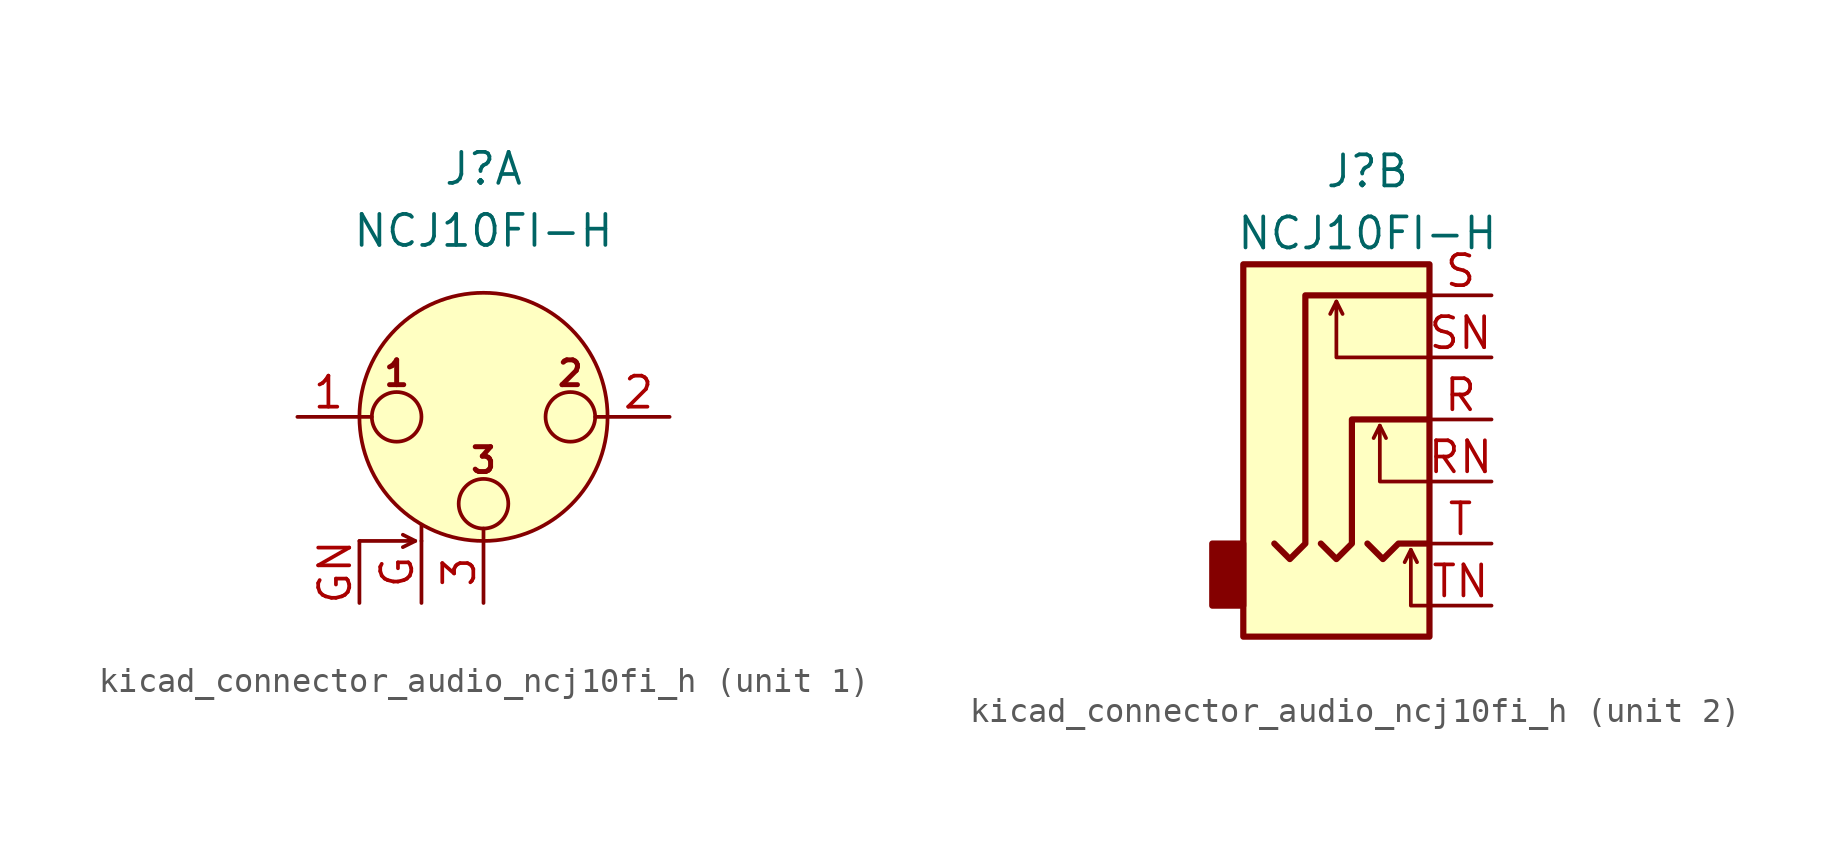
<source format=kicad_sym>
(kicad_symbol_lib
  (version 20220914)
  (generator kicad_symbol_editor)
  (symbol "kicad_connector_audio_ncj10fi_h"
    (pin_names hide)
    (property "Reference" "J"
      (at 0 10.16 0)
      (effects (font (size 1.27 1.27))))
    (property "Value" "NCJ10FI-H"
      (at 0 7.62 0)
      (effects (font (size 1.27 1.27))))
    (symbol "kicad_connector_audio_ncj10fi_h_1_1"
      (circle (center -3.556 0) (radius 1.016) (stroke (width 0) (type default)) (fill (type none)))
      (circle (center 0 -3.556) (radius 1.016) (stroke (width 0) (type default)) (fill (type none)))
      (polyline (pts (xy -5.08 0) (xy -4.572 0)) (stroke (width 0) (type default)) (fill (type none)))
      (polyline (pts (xy -2.794 -5.08) (xy -3.302 -5.334)) (stroke (width 0) (type default)) (fill (type none)))
      (polyline (pts (xy -2.54 -5.08) (xy -2.54 -4.445)) (stroke (width 0) (type default)) (fill (type none)))
      (polyline (pts (xy 0 -5.08) (xy 0 -4.572)) (stroke (width 0) (type default)) (fill (type none)))
      (polyline (pts (xy 5.08 0) (xy 4.572 0)) (stroke (width 0) (type default)) (fill (type none)))
      (polyline (pts (xy -5.08 -5.08) (xy -2.794 -5.08) (xy -3.302 -4.826)) (stroke (width 0) (type default)) (fill (type none)))
      (circle (center 0 0) (radius 5.08) (stroke (width 0) (type default)) (fill (type background)))
      (circle (center 3.556 0) (radius 1.016) (stroke (width 0) (type default)) (fill (type none)))
      (text "1" (at -3.556 1.778 0) (effects (font (size 1.016 1.016) bold)))
      (text "2" (at 3.556 1.778 0) (effects (font (size 1.016 1.016) bold)))
      (text "3" (at 0 -1.778 0) (effects (font (size 1.016 1.016) bold)))
      (pin passive line (at -7.62 0 0) (length 2.54) (name "~" (effects (font (size 1.27 1.27)))) (number "1" (effects (font (size 1.27 1.27)))))
      (pin passive line (at 7.62 0 180) (length 2.54) (name "~" (effects (font (size 1.27 1.27)))) (number "2" (effects (font (size 1.27 1.27)))))
      (pin passive line (at 0 -7.62 90) (length 2.54) (name "~" (effects (font (size 1.27 1.27)))) (number "3" (effects (font (size 1.27 1.27)))))
      (pin passive line (at -2.54 -7.62 90) (length 2.54) (name "~" (effects (font (size 1.27 1.27)))) (number "G" (effects (font (size 1.27 1.27)))))
      (pin passive line (at -5.08 -7.62 90) (length 2.54) (name "~" (effects (font (size 1.27 1.27)))) (number "GN" (effects (font (size 1.27 1.27))))))
    (symbol "kicad_connector_audio_ncj10fi_h_2_1"
      (rectangle (start -5.08 -5.08) (end -6.35 -7.62) (stroke (width 0.254) (type default)) (fill (type outline)))
      (polyline (pts (xy -1.27 4.826) (xy -1.016 4.318)) (stroke (width 0) (type default)) (fill (type none)))
      (polyline (pts (xy 0.508 -0.254) (xy 0.762 -0.762)) (stroke (width 0) (type default)) (fill (type none)))
      (polyline (pts (xy 1.778 -5.334) (xy 2.032 -5.842)) (stroke (width 0) (type default)) (fill (type none)))
      (polyline (pts (xy 0 -5.08) (xy 0.635 -5.715) (xy 1.27 -5.08) (xy 2.54 -5.08)) (stroke (width 0.254) (type default)) (fill (type none)))
      (polyline (pts (xy 2.54 -7.62) (xy 1.778 -7.62) (xy 1.778 -5.334) (xy 1.524 -5.842)) (stroke (width 0) (type default)) (fill (type none)))
      (polyline (pts (xy 2.54 -2.54) (xy 0.508 -2.54) (xy 0.508 -0.254) (xy 0.254 -0.762)) (stroke (width 0) (type default)) (fill (type none)))
      (polyline (pts (xy 2.54 2.54) (xy -1.27 2.54) (xy -1.27 4.826) (xy -1.524 4.318)) (stroke (width 0) (type default)) (fill (type none)))
      (polyline (pts (xy -1.905 -5.08) (xy -1.27 -5.715) (xy -0.635 -5.08) (xy -0.635 0) (xy 2.54 0)) (stroke (width 0.254) (type default)) (fill (type none)))
      (polyline (pts (xy 2.54 5.08) (xy -2.54 5.08) (xy -2.54 -5.08) (xy -3.175 -5.715) (xy -3.81 -5.08)) (stroke (width 0.254) (type default)) (fill (type none)))
      (rectangle (start 2.54 6.35) (end -5.08 -8.89) (stroke (width 0.254) (type default)) (fill (type background)))
      (pin passive line (at 5.08 0 180) (length 2.54) (name "~" (effects (font (size 1.27 1.27)))) (number "R" (effects (font (size 1.27 1.27)))))
      (pin passive line (at 5.08 -2.54 180) (length 2.54) (name "~" (effects (font (size 1.27 1.27)))) (number "RN" (effects (font (size 1.27 1.27)))))
      (pin passive line (at 5.08 5.08 180) (length 2.54) (name "~" (effects (font (size 1.27 1.27)))) (number "S" (effects (font (size 1.27 1.27)))))
      (pin passive line (at 5.08 2.54 180) (length 2.54) (name "~" (effects (font (size 1.27 1.27)))) (number "SN" (effects (font (size 1.27 1.27)))))
      (pin passive line (at 5.08 -5.08 180) (length 2.54) (name "~" (effects (font (size 1.27 1.27)))) (number "T" (effects (font (size 1.27 1.27)))))
      (pin passive line (at 5.08 -7.62 180) (length 2.54) (name "~" (effects (font (size 1.27 1.27)))) (number "TN" (effects (font (size 1.27 1.27))))))))
</source>
